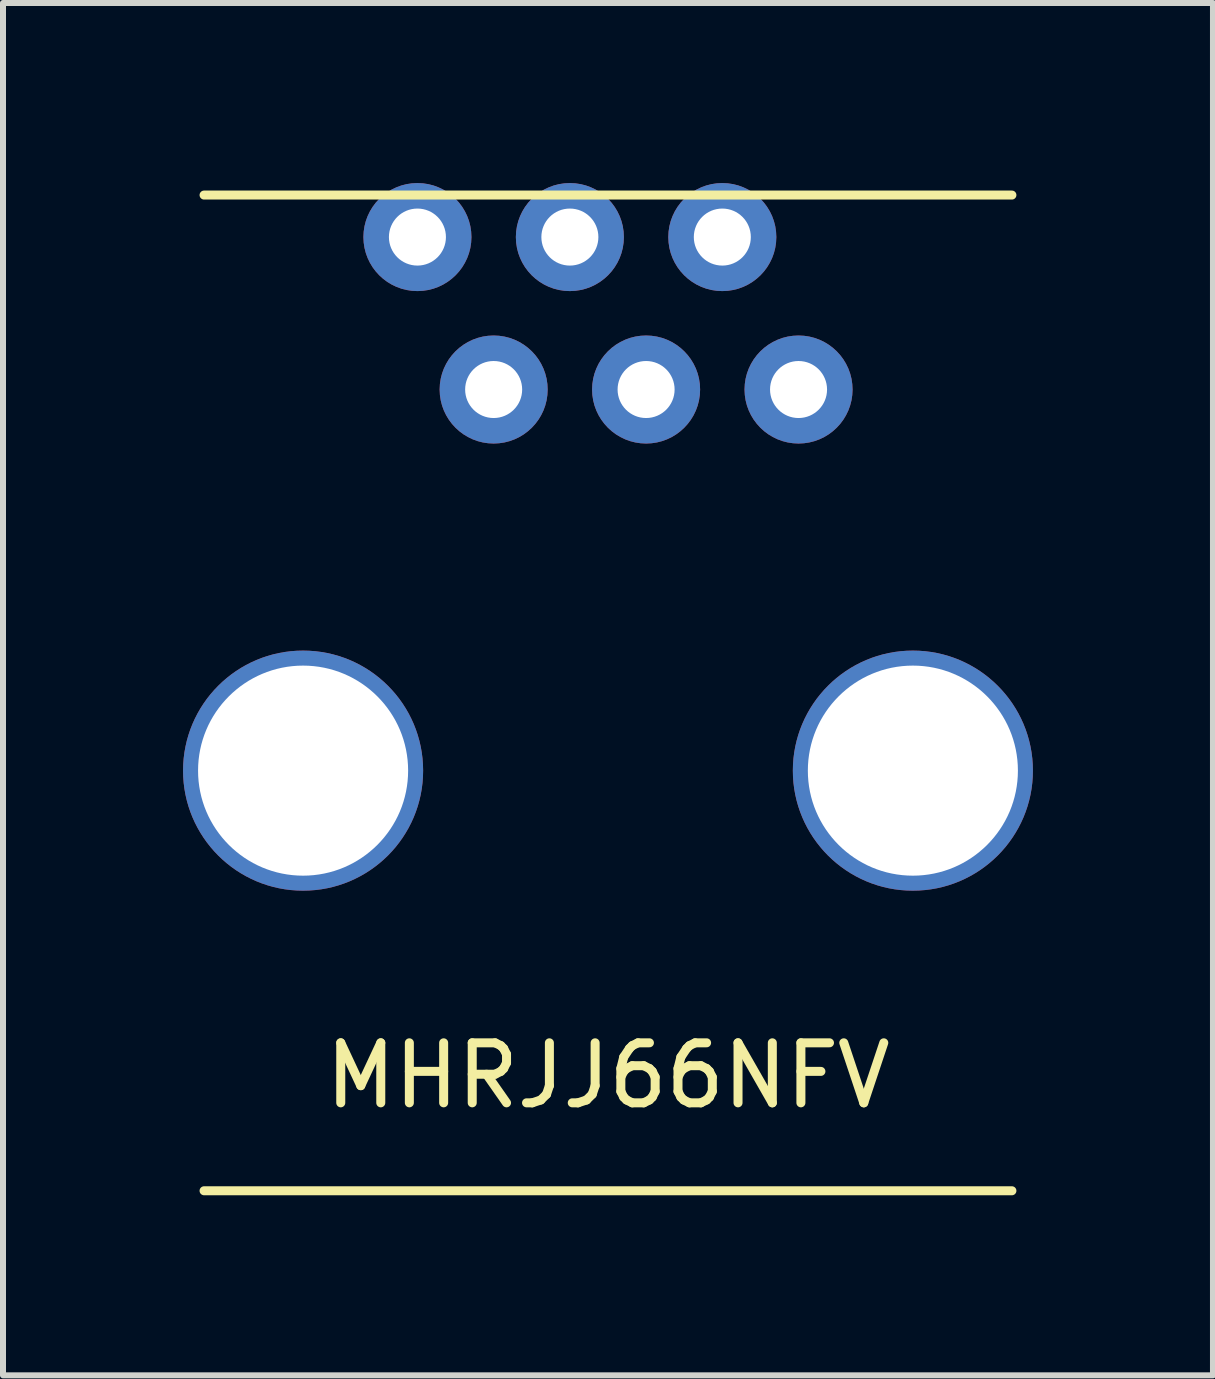
<source format=kicad_pcb>
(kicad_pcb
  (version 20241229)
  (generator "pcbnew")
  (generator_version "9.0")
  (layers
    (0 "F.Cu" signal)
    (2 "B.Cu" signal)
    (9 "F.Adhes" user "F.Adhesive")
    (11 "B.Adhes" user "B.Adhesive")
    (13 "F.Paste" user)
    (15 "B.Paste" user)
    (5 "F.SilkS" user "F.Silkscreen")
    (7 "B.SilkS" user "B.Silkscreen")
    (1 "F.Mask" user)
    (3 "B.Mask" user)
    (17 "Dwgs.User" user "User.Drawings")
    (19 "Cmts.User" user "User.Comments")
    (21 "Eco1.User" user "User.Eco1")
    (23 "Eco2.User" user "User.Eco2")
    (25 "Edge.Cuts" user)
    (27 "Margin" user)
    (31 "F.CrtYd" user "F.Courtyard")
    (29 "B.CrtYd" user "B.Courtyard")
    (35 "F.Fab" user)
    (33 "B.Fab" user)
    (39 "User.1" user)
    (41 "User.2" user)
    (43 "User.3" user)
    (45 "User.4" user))
  (footprint "MHRJJ66NFV"
    (layer "F.Cu")
    (at 7.08 9.79)
    (property "Reference" "MHRJJ66NFV" (at 0 5.08 0) (layer "F.SilkS") (effects (font (size 1 1) (thickness 0.15))))
    (attr through_hole)
    (fp_line (start -6.73 7) (end 6.73 7) (stroke (width 0.15) (type solid)) (layer "F.SilkS"))
    (fp_line (start 6.73 -9.59) (end -6.73 -9.59) (stroke (width 0.15) (type solid)) (layer "F.SilkS"))
    (pad "" thru_hole circle (at -5.08 0) (size 4 4) (drill 3.5) (layers "*.Cu" "*.Mask"))
    (pad "" thru_hole circle (at 5.08 0) (size 4 4) (drill 3.5) (layers "*.Cu" "*.Mask"))
    (pad "1" thru_hole circle (at 3.175 -6.35) (size 1.8 1.8) (drill 0.95) (layers "*.Cu" "*.Mask"))
    (pad "2" thru_hole circle (at 1.905 -8.89) (size 1.8 1.8) (drill 0.95) (layers "*.Cu" "*.Mask"))
    (pad "3" thru_hole circle (at 0.635 -6.35) (size 1.8 1.8) (drill 0.95) (layers "*.Cu" "*.Mask"))
    (pad "4" thru_hole circle (at -0.635 -8.89) (size 1.8 1.8) (drill 0.95) (layers "*.Cu" "*.Mask"))
    (pad "5" thru_hole circle (at -1.905 -6.35) (size 1.8 1.8) (drill 0.95) (layers "*.Cu" "*.Mask"))
    (pad "6" thru_hole circle (at -3.175 -8.89) (size 1.8 1.8) (drill 0.95) (layers "*.Cu" "*.Mask")))
  (gr_rect
    (start -3 -3)
    (end 17.16 19.865)
    (stroke (width 0.1) (type default))
    (fill no)
    (layer "Edge.Cuts")))
</source>
